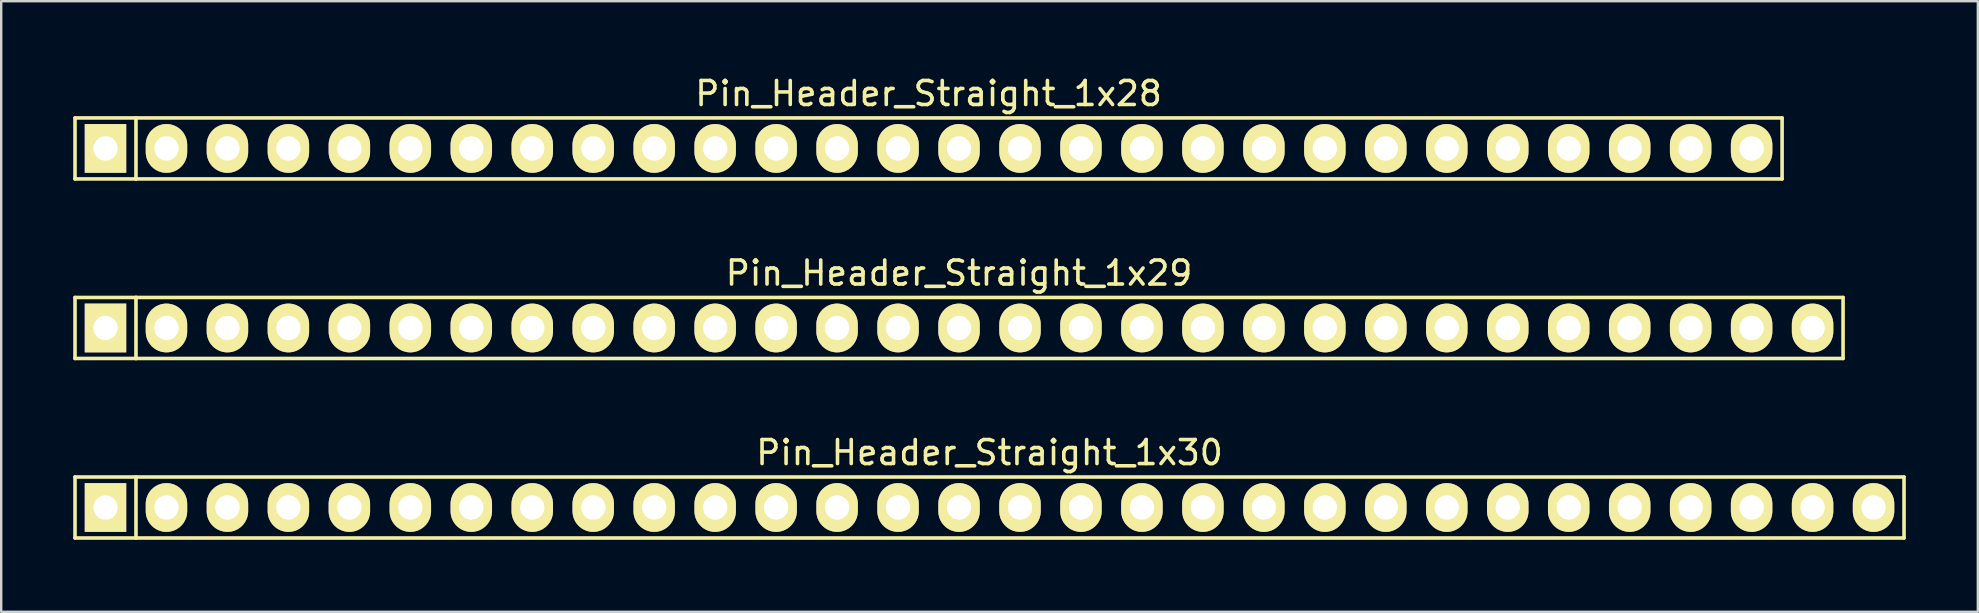
<source format=kicad_pcb>
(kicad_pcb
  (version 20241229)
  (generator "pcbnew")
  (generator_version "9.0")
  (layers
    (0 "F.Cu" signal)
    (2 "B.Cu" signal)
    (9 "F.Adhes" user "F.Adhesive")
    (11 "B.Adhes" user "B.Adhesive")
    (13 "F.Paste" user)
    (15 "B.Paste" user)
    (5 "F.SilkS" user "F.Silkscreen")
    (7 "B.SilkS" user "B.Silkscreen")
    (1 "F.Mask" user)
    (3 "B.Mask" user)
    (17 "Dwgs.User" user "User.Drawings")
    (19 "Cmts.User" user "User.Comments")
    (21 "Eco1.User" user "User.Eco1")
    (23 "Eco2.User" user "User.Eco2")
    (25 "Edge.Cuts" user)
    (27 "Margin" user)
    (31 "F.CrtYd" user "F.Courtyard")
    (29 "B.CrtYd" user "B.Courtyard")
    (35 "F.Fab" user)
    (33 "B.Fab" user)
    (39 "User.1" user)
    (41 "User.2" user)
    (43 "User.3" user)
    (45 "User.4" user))
  (footprint "Pin_Header_Straight_1x29"
    (layer "F.Cu")
    (at 36.905 10.614)
    (property "Reference" "Pin_Header_Straight_1x29" (at 0 -2.286 0) (layer "F.SilkS") (effects (font (size 1 1) (thickness 0.15))))
    (attr through_hole)
    (fp_line (start -36.83 -1.27) (end -36.83 1.27) (stroke (width 0.15) (type solid)) (layer "F.SilkS"))
    (fp_line (start -36.83 -1.27) (end -34.29 -1.27) (stroke (width 0.15) (type solid)) (layer "F.SilkS"))
    (fp_line (start -36.83 1.27) (end -34.29 1.27) (stroke (width 0.15) (type solid)) (layer "F.SilkS"))
    (fp_line (start -34.29 -1.27) (end -34.29 1.27) (stroke (width 0.15) (type solid)) (layer "F.SilkS"))
    (fp_line (start -34.29 1.27) (end 36.83 1.27) (stroke (width 0.15) (type solid)) (layer "F.SilkS"))
    (fp_line (start 36.83 -1.27) (end -34.29 -1.27) (stroke (width 0.15) (type solid)) (layer "F.SilkS"))
    (fp_line (start 36.83 1.27) (end 36.83 -1.27) (stroke (width 0.15) (type solid)) (layer "F.SilkS"))
    (pad "1" thru_hole rect (at -35.56 0) (size 1.727 2.032) (drill 1.016) (layers "*.Cu" "*.Mask" "F.SilkS"))
    (pad "2" thru_hole oval (at -33.02 0) (size 1.727 2.032) (drill 1.016) (layers "*.Cu" "*.Mask" "F.SilkS"))
    (pad "3" thru_hole oval (at -30.48 0) (size 1.727 2.032) (drill 1.016) (layers "*.Cu" "*.Mask" "F.SilkS"))
    (pad "4" thru_hole oval (at -27.94 0) (size 1.727 2.032) (drill 1.016) (layers "*.Cu" "*.Mask" "F.SilkS"))
    (pad "5" thru_hole oval (at -25.4 0) (size 1.727 2.032) (drill 1.016) (layers "*.Cu" "*.Mask" "F.SilkS"))
    (pad "6" thru_hole oval (at -22.86 0) (size 1.727 2.032) (drill 1.016) (layers "*.Cu" "*.Mask" "F.SilkS"))
    (pad "7" thru_hole oval (at -20.32 0) (size 1.727 2.032) (drill 1.016) (layers "*.Cu" "*.Mask" "F.SilkS"))
    (pad "8" thru_hole oval (at -17.78 0) (size 1.727 2.032) (drill 1.016) (layers "*.Cu" "*.Mask" "F.SilkS"))
    (pad "9" thru_hole oval (at -15.24 0) (size 1.727 2.032) (drill 1.016) (layers "*.Cu" "*.Mask" "F.SilkS"))
    (pad "10" thru_hole oval (at -12.7 0) (size 1.727 2.032) (drill 1.016) (layers "*.Cu" "*.Mask" "F.SilkS"))
    (pad "11" thru_hole oval (at -10.16 0) (size 1.727 2.032) (drill 1.016) (layers "*.Cu" "*.Mask" "F.SilkS"))
    (pad "12" thru_hole oval (at -7.62 0) (size 1.727 2.032) (drill 1.016) (layers "*.Cu" "*.Mask" "F.SilkS"))
    (pad "13" thru_hole oval (at -5.08 0) (size 1.727 2.032) (drill 1.016) (layers "*.Cu" "*.Mask" "F.SilkS"))
    (pad "14" thru_hole oval (at -2.54 0) (size 1.727 2.032) (drill 1.016) (layers "*.Cu" "*.Mask" "F.SilkS"))
    (pad "15" thru_hole oval (at 0 0) (size 1.727 2.032) (drill 1.016) (layers "*.Cu" "*.Mask" "F.SilkS"))
    (pad "16" thru_hole oval (at 2.54 0) (size 1.727 2.032) (drill 1.016) (layers "*.Cu" "*.Mask" "F.SilkS"))
    (pad "17" thru_hole oval (at 5.08 0) (size 1.727 2.032) (drill 1.016) (layers "*.Cu" "*.Mask" "F.SilkS"))
    (pad "18" thru_hole oval (at 7.62 0) (size 1.727 2.032) (drill 1.016) (layers "*.Cu" "*.Mask" "F.SilkS"))
    (pad "19" thru_hole oval (at 10.16 0) (size 1.727 2.032) (drill 1.016) (layers "*.Cu" "*.Mask" "F.SilkS"))
    (pad "20" thru_hole oval (at 12.7 0) (size 1.727 2.032) (drill 1.016) (layers "*.Cu" "*.Mask" "F.SilkS"))
    (pad "21" thru_hole oval (at 15.24 0) (size 1.727 2.032) (drill 1.016) (layers "*.Cu" "*.Mask" "F.SilkS"))
    (pad "22" thru_hole oval (at 17.78 0) (size 1.727 2.032) (drill 1.016) (layers "*.Cu" "*.Mask" "F.SilkS"))
    (pad "23" thru_hole oval (at 20.32 0) (size 1.727 2.032) (drill 1.016) (layers "*.Cu" "*.Mask" "F.SilkS"))
    (pad "24" thru_hole oval (at 22.86 0) (size 1.727 2.032) (drill 1.016) (layers "*.Cu" "*.Mask" "F.SilkS"))
    (pad "25" thru_hole oval (at 25.4 0) (size 1.727 2.032) (drill 1.016) (layers "*.Cu" "*.Mask" "F.SilkS"))
    (pad "26" thru_hole oval (at 27.94 0) (size 1.727 2.032) (drill 1.016) (layers "*.Cu" "*.Mask" "F.SilkS"))
    (pad "27" thru_hole oval (at 30.48 0) (size 1.727 2.032) (drill 1.016) (layers "*.Cu" "*.Mask" "F.SilkS"))
    (pad "28" thru_hole oval (at 33.02 0) (size 1.727 2.032) (drill 1.016) (layers "*.Cu" "*.Mask" "F.SilkS"))
    (pad "29" thru_hole oval (at 35.56 0) (size 1.727 2.032) (drill 1.016) (layers "*.Cu" "*.Mask" "F.SilkS")))
  (footprint "Pin_Header_Straight_1x30"
    (layer "F.Cu")
    (at 38.175 18.093)
    (property "Reference" "Pin_Header_Straight_1x30" (at 0 -2.286 0) (layer "F.SilkS") (effects (font (size 1 1) (thickness 0.15))))
    (attr through_hole)
    (fp_line (start -38.1 -1.27) (end -38.1 1.27) (stroke (width 0.15) (type solid)) (layer "F.SilkS"))
    (fp_line (start -38.1 -1.27) (end -35.56 -1.27) (stroke (width 0.15) (type solid)) (layer "F.SilkS"))
    (fp_line (start -38.1 1.27) (end -35.56 1.27) (stroke (width 0.15) (type solid)) (layer "F.SilkS"))
    (fp_line (start -35.56 -1.27) (end -35.56 1.27) (stroke (width 0.15) (type solid)) (layer "F.SilkS"))
    (fp_line (start -35.56 1.27) (end 38.1 1.27) (stroke (width 0.15) (type solid)) (layer "F.SilkS"))
    (fp_line (start 38.1 -1.27) (end -35.56 -1.27) (stroke (width 0.15) (type solid)) (layer "F.SilkS"))
    (fp_line (start 38.1 1.27) (end 38.1 -1.27) (stroke (width 0.15) (type solid)) (layer "F.SilkS"))
    (pad "1" thru_hole rect (at -36.83 0) (size 1.727 2.032) (drill 1.016) (layers "*.Cu" "*.Mask" "F.SilkS"))
    (pad "2" thru_hole oval (at -34.29 0) (size 1.727 2.032) (drill 1.016) (layers "*.Cu" "*.Mask" "F.SilkS"))
    (pad "3" thru_hole oval (at -31.75 0) (size 1.727 2.032) (drill 1.016) (layers "*.Cu" "*.Mask" "F.SilkS"))
    (pad "4" thru_hole oval (at -29.21 0) (size 1.727 2.032) (drill 1.016) (layers "*.Cu" "*.Mask" "F.SilkS"))
    (pad "5" thru_hole oval (at -26.67 0) (size 1.727 2.032) (drill 1.016) (layers "*.Cu" "*.Mask" "F.SilkS"))
    (pad "6" thru_hole oval (at -24.13 0) (size 1.727 2.032) (drill 1.016) (layers "*.Cu" "*.Mask" "F.SilkS"))
    (pad "7" thru_hole oval (at -21.59 0) (size 1.727 2.032) (drill 1.016) (layers "*.Cu" "*.Mask" "F.SilkS"))
    (pad "8" thru_hole oval (at -19.05 0) (size 1.727 2.032) (drill 1.016) (layers "*.Cu" "*.Mask" "F.SilkS"))
    (pad "9" thru_hole oval (at -16.51 0) (size 1.727 2.032) (drill 1.016) (layers "*.Cu" "*.Mask" "F.SilkS"))
    (pad "10" thru_hole oval (at -13.97 0) (size 1.727 2.032) (drill 1.016) (layers "*.Cu" "*.Mask" "F.SilkS"))
    (pad "11" thru_hole oval (at -11.43 0) (size 1.727 2.032) (drill 1.016) (layers "*.Cu" "*.Mask" "F.SilkS"))
    (pad "12" thru_hole oval (at -8.89 0) (size 1.727 2.032) (drill 1.016) (layers "*.Cu" "*.Mask" "F.SilkS"))
    (pad "13" thru_hole oval (at -6.35 0) (size 1.727 2.032) (drill 1.016) (layers "*.Cu" "*.Mask" "F.SilkS"))
    (pad "14" thru_hole oval (at -3.81 0) (size 1.727 2.032) (drill 1.016) (layers "*.Cu" "*.Mask" "F.SilkS"))
    (pad "15" thru_hole oval (at -1.27 0) (size 1.727 2.032) (drill 1.016) (layers "*.Cu" "*.Mask" "F.SilkS"))
    (pad "16" thru_hole oval (at 1.27 0) (size 1.727 2.032) (drill 1.016) (layers "*.Cu" "*.Mask" "F.SilkS"))
    (pad "17" thru_hole oval (at 3.81 0) (size 1.727 2.032) (drill 1.016) (layers "*.Cu" "*.Mask" "F.SilkS"))
    (pad "18" thru_hole oval (at 6.35 0) (size 1.727 2.032) (drill 1.016) (layers "*.Cu" "*.Mask" "F.SilkS"))
    (pad "19" thru_hole oval (at 8.89 0) (size 1.727 2.032) (drill 1.016) (layers "*.Cu" "*.Mask" "F.SilkS"))
    (pad "20" thru_hole oval (at 11.43 0) (size 1.727 2.032) (drill 1.016) (layers "*.Cu" "*.Mask" "F.SilkS"))
    (pad "21" thru_hole oval (at 13.97 0) (size 1.727 2.032) (drill 1.016) (layers "*.Cu" "*.Mask" "F.SilkS"))
    (pad "22" thru_hole oval (at 16.51 0) (size 1.727 2.032) (drill 1.016) (layers "*.Cu" "*.Mask" "F.SilkS"))
    (pad "23" thru_hole oval (at 19.05 0) (size 1.727 2.032) (drill 1.016) (layers "*.Cu" "*.Mask" "F.SilkS"))
    (pad "24" thru_hole oval (at 21.59 0) (size 1.727 2.032) (drill 1.016) (layers "*.Cu" "*.Mask" "F.SilkS"))
    (pad "25" thru_hole oval (at 24.13 0) (size 1.727 2.032) (drill 1.016) (layers "*.Cu" "*.Mask" "F.SilkS"))
    (pad "26" thru_hole oval (at 26.67 0) (size 1.727 2.032) (drill 1.016) (layers "*.Cu" "*.Mask" "F.SilkS"))
    (pad "27" thru_hole oval (at 29.21 0) (size 1.727 2.032) (drill 1.016) (layers "*.Cu" "*.Mask" "F.SilkS"))
    (pad "28" thru_hole oval (at 31.75 0) (size 1.727 2.032) (drill 1.016) (layers "*.Cu" "*.Mask" "F.SilkS"))
    (pad "29" thru_hole oval (at 34.29 0) (size 1.727 2.032) (drill 1.016) (layers "*.Cu" "*.Mask" "F.SilkS"))
    (pad "30" thru_hole oval (at 36.83 0) (size 1.727 2.032) (drill 1.016) (layers "*.Cu" "*.Mask" "F.SilkS")))
  (footprint "Pin_Header_Straight_1x28"
    (layer "F.Cu")
    (at 35.635 3.134)
    (property "Reference" "Pin_Header_Straight_1x28" (at 0 -2.286 0) (layer "F.SilkS") (effects (font (size 1 1) (thickness 0.15))))
    (attr through_hole)
    (fp_line (start -35.56 -1.27) (end -35.56 1.27) (stroke (width 0.15) (type solid)) (layer "F.SilkS"))
    (fp_line (start -35.56 -1.27) (end -33.02 -1.27) (stroke (width 0.15) (type solid)) (layer "F.SilkS"))
    (fp_line (start -35.56 1.27) (end -33.02 1.27) (stroke (width 0.15) (type solid)) (layer "F.SilkS"))
    (fp_line (start -33.02 -1.27) (end -33.02 1.27) (stroke (width 0.15) (type solid)) (layer "F.SilkS"))
    (fp_line (start -33.02 1.27) (end 35.56 1.27) (stroke (width 0.15) (type solid)) (layer "F.SilkS"))
    (fp_line (start 35.56 -1.27) (end -33.02 -1.27) (stroke (width 0.15) (type solid)) (layer "F.SilkS"))
    (fp_line (start 35.56 1.27) (end 35.56 -1.27) (stroke (width 0.15) (type solid)) (layer "F.SilkS"))
    (pad "1" thru_hole rect (at -34.29 0) (size 1.727 2.032) (drill 1.016) (layers "*.Cu" "*.Mask" "F.SilkS"))
    (pad "2" thru_hole oval (at -31.75 0) (size 1.727 2.032) (drill 1.016) (layers "*.Cu" "*.Mask" "F.SilkS"))
    (pad "3" thru_hole oval (at -29.21 0) (size 1.727 2.032) (drill 1.016) (layers "*.Cu" "*.Mask" "F.SilkS"))
    (pad "4" thru_hole oval (at -26.67 0) (size 1.727 2.032) (drill 1.016) (layers "*.Cu" "*.Mask" "F.SilkS"))
    (pad "5" thru_hole oval (at -24.13 0) (size 1.727 2.032) (drill 1.016) (layers "*.Cu" "*.Mask" "F.SilkS"))
    (pad "6" thru_hole oval (at -21.59 0) (size 1.727 2.032) (drill 1.016) (layers "*.Cu" "*.Mask" "F.SilkS"))
    (pad "7" thru_hole oval (at -19.05 0) (size 1.727 2.032) (drill 1.016) (layers "*.Cu" "*.Mask" "F.SilkS"))
    (pad "8" thru_hole oval (at -16.51 0) (size 1.727 2.032) (drill 1.016) (layers "*.Cu" "*.Mask" "F.SilkS"))
    (pad "9" thru_hole oval (at -13.97 0) (size 1.727 2.032) (drill 1.016) (layers "*.Cu" "*.Mask" "F.SilkS"))
    (pad "10" thru_hole oval (at -11.43 0) (size 1.727 2.032) (drill 1.016) (layers "*.Cu" "*.Mask" "F.SilkS"))
    (pad "11" thru_hole oval (at -8.89 0) (size 1.727 2.032) (drill 1.016) (layers "*.Cu" "*.Mask" "F.SilkS"))
    (pad "12" thru_hole oval (at -6.35 0) (size 1.727 2.032) (drill 1.016) (layers "*.Cu" "*.Mask" "F.SilkS"))
    (pad "13" thru_hole oval (at -3.81 0) (size 1.727 2.032) (drill 1.016) (layers "*.Cu" "*.Mask" "F.SilkS"))
    (pad "14" thru_hole oval (at -1.27 0) (size 1.727 2.032) (drill 1.016) (layers "*.Cu" "*.Mask" "F.SilkS"))
    (pad "15" thru_hole oval (at 1.27 0) (size 1.727 2.032) (drill 1.016) (layers "*.Cu" "*.Mask" "F.SilkS"))
    (pad "16" thru_hole oval (at 3.81 0) (size 1.727 2.032) (drill 1.016) (layers "*.Cu" "*.Mask" "F.SilkS"))
    (pad "17" thru_hole oval (at 6.35 0) (size 1.727 2.032) (drill 1.016) (layers "*.Cu" "*.Mask" "F.SilkS"))
    (pad "18" thru_hole oval (at 8.89 0) (size 1.727 2.032) (drill 1.016) (layers "*.Cu" "*.Mask" "F.SilkS"))
    (pad "19" thru_hole oval (at 11.43 0) (size 1.727 2.032) (drill 1.016) (layers "*.Cu" "*.Mask" "F.SilkS"))
    (pad "20" thru_hole oval (at 13.97 0) (size 1.727 2.032) (drill 1.016) (layers "*.Cu" "*.Mask" "F.SilkS"))
    (pad "21" thru_hole oval (at 16.51 0) (size 1.727 2.032) (drill 1.016) (layers "*.Cu" "*.Mask" "F.SilkS"))
    (pad "22" thru_hole oval (at 19.05 0) (size 1.727 2.032) (drill 1.016) (layers "*.Cu" "*.Mask" "F.SilkS"))
    (pad "23" thru_hole oval (at 21.59 0) (size 1.727 2.032) (drill 1.016) (layers "*.Cu" "*.Mask" "F.SilkS"))
    (pad "24" thru_hole oval (at 24.13 0) (size 1.727 2.032) (drill 1.016) (layers "*.Cu" "*.Mask" "F.SilkS"))
    (pad "25" thru_hole oval (at 26.67 0) (size 1.727 2.032) (drill 1.016) (layers "*.Cu" "*.Mask" "F.SilkS"))
    (pad "26" thru_hole oval (at 29.21 0) (size 1.727 2.032) (drill 1.016) (layers "*.Cu" "*.Mask" "F.SilkS"))
    (pad "27" thru_hole oval (at 31.75 0) (size 1.727 2.032) (drill 1.016) (layers "*.Cu" "*.Mask" "F.SilkS"))
    (pad "28" thru_hole oval (at 34.29 0) (size 1.727 2.032) (drill 1.016) (layers "*.Cu" "*.Mask" "F.SilkS")))
  (gr_rect
    (start -3 -3)
    (end 79.35 22.438)
    (stroke (width 0.1) (type default))
    (fill no)
    (layer "Edge.Cuts")))
</source>
